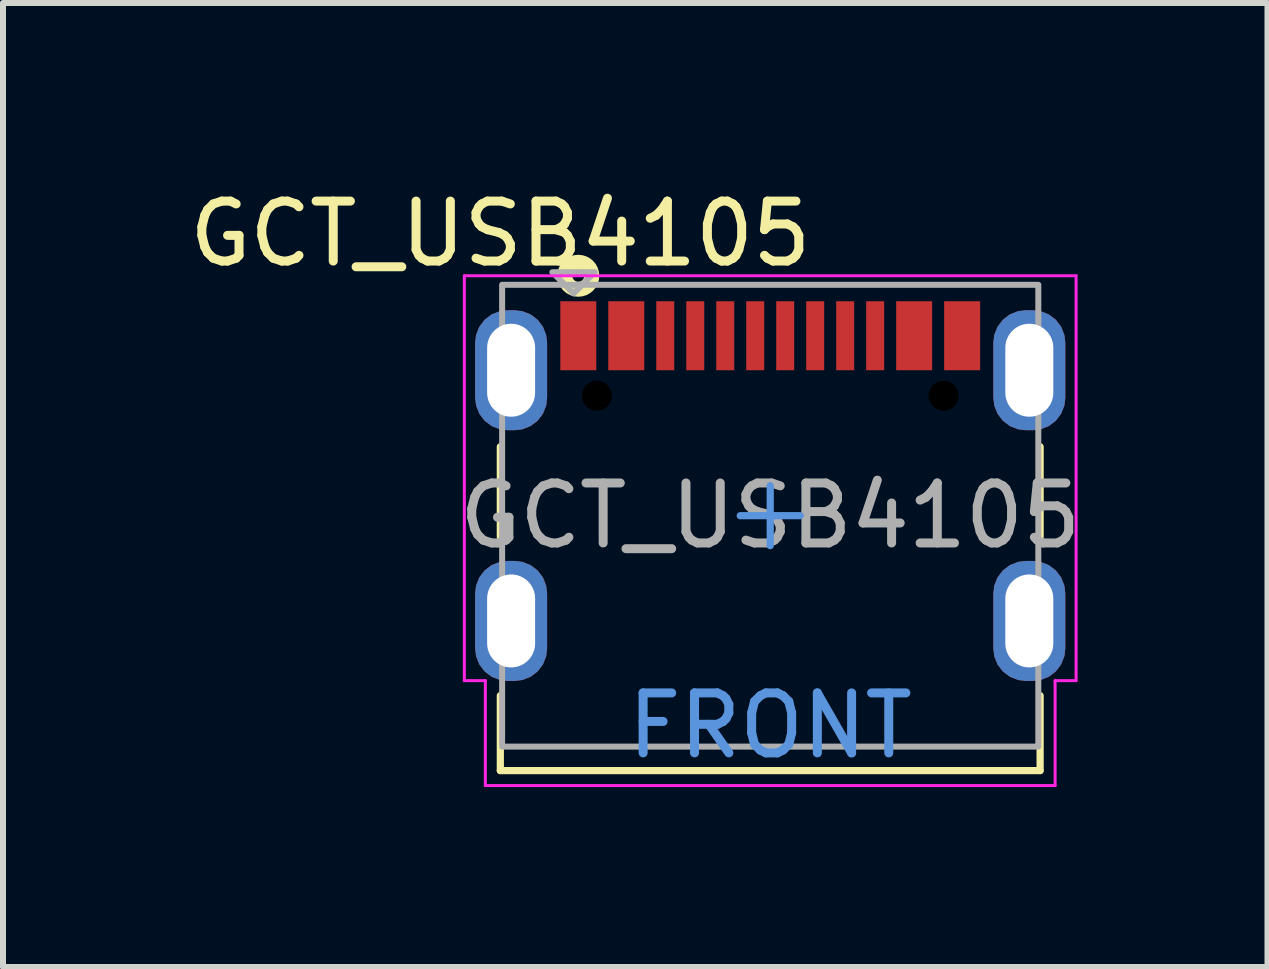
<source format=kicad_pcb>
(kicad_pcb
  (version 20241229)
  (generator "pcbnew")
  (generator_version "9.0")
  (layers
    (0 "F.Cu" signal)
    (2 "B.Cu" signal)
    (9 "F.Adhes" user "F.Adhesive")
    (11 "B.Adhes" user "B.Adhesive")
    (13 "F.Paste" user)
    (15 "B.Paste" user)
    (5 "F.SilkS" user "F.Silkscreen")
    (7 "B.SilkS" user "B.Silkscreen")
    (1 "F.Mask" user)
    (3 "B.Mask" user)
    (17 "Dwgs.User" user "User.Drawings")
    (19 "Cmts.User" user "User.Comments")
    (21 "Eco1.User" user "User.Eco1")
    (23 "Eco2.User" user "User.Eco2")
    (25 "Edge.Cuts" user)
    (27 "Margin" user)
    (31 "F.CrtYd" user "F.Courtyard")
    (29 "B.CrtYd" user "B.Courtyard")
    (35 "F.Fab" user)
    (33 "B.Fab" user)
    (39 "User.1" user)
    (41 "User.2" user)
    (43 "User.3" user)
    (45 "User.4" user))
  (footprint "GCT_USB4105"
    (layer "F.Cu")
    (at 9.792 5.548)
    (property "Reference" "GCT_USB4105" (at -4.5 -4.7 0) (unlocked yes) (layer "F.SilkS") (effects (font (size 1 1) (thickness 0.15))))
    (attr smd)
    (fp_line (start -4.5 -1.15) (end -4.5 0.35) (stroke (width 0.12) (type solid)) (layer "F.SilkS"))
    (fp_line (start -4.5 3) (end -4.5 4.25) (stroke (width 0.12) (type solid)) (layer "F.SilkS"))
    (fp_line (start -4.5 4.25) (end 4.5 4.25) (stroke (width 0.12) (type solid)) (layer "F.SilkS"))
    (fp_line (start 4.5 -1.15) (end 4.5 0.35) (stroke (width 0.12) (type solid)) (layer "F.SilkS"))
    (fp_line (start 4.5 3) (end 4.5 4.25) (stroke (width 0.12) (type solid)) (layer "F.SilkS"))
    (fp_circle (center -3.2 -4) (end -3.1 -4) (stroke (width 0.25) (type solid)) (fill no) (layer "F.SilkS"))
    (fp_line (start -0.5 0) (end 0.5 0) (stroke (width 0.12) (type solid)) (layer "Cmts.User"))
    (fp_line (start 0 -0.5) (end 0 0.5) (stroke (width 0.12) (type solid)) (layer "Cmts.User"))
    (fp_line (start -5.1 2.75) (end -5.1 -4) (stroke (width 0.05) (type solid)) (layer "F.CrtYd"))
    (fp_line (start -4.75 2.75) (end -5.1 2.75) (stroke (width 0.05) (type solid)) (layer "F.CrtYd"))
    (fp_line (start -4.75 4.5) (end -4.75 2.75) (stroke (width 0.05) (type solid)) (layer "F.CrtYd"))
    (fp_line (start 4.75 2.75) (end 5.1 2.75) (stroke (width 0.05) (type solid)) (layer "F.CrtYd"))
    (fp_line (start 4.75 4.5) (end -4.75 4.5) (stroke (width 0.05) (type solid)) (layer "F.CrtYd"))
    (fp_line (start 4.75 4.5) (end 4.75 2.75) (stroke (width 0.05) (type solid)) (layer "F.CrtYd"))
    (fp_line (start 5.1 -4) (end -5.1 -4) (stroke (width 0.05) (type solid)) (layer "F.CrtYd"))
    (fp_line (start 5.1 2.75) (end 5.1 -4) (stroke (width 0.05) (type solid)) (layer "F.CrtYd"))
    (fp_rect (start -4.47 -3.85) (end 4.47 3.85) (stroke (width 0.1) (type solid)) (fill no) (layer "F.Fab"))
    (fp_poly (pts (xy -2.925 -4.06) (xy -3.279 -3.706) (xy -3.632 -4.06)) (stroke (width 0.1) (type solid)) (fill no) (layer "F.Fab"))
    (fp_text user "FRONT" (at 0 3.5 0) (unlocked yes) (layer "Cmts.User") (effects (font (size 1 1) (thickness 0.15))))
    (fp_text user "${REFERENCE}" (at 0 0 0) (unlocked yes) (layer "F.Fab") (effects (font (size 1 1) (thickness 0.15))))
    (pad "" np_thru_hole circle (at -2.89 -2) (size 0.5 0.5) (drill 0.65) (layers "*.Mask"))
    (pad "" np_thru_hole circle (at 2.89 -2) (size 0.5 0.5) (drill 0.65) (layers "*.Mask"))
    (pad "A1/B12" smd rect (at -3.2 -3) (size 0.6 1.15) (layers "F.Cu" "F.Mask" "F.Paste"))
    (pad "A4/B9" smd rect (at -2.4 -3) (size 0.6 1.15) (layers "F.Cu" "F.Mask" "F.Paste"))
    (pad "A5" smd rect (at -1.25 -3) (size 0.3 1.15) (layers "F.Cu" "F.Mask" "F.Paste"))
    (pad "A6" smd rect (at -0.25 -3) (size 0.3 1.15) (layers "F.Cu" "F.Mask" "F.Paste"))
    (pad "A7" smd rect (at 0.25 -3) (size 0.3 1.15) (layers "F.Cu" "F.Mask" "F.Paste"))
    (pad "A8" smd rect (at 1.25 -3) (size 0.3 1.15) (layers "F.Cu" "F.Mask" "F.Paste"))
    (pad "A9/B4" smd rect (at 2.4 -3) (size 0.6 1.15) (layers "F.Cu" "F.Mask" "F.Paste"))
    (pad "A12/B1" smd rect (at 3.2 -3) (size 0.6 1.15) (layers "F.Cu" "F.Mask" "F.Paste"))
    (pad "B5" smd rect (at 1.75 -3) (size 0.3 1.15) (layers "F.Cu" "F.Mask" "F.Paste"))
    (pad "B6" smd rect (at 0.75 -3) (size 0.3 1.15) (layers "F.Cu" "F.Mask" "F.Paste"))
    (pad "B7" smd rect (at -0.75 -3) (size 0.3 1.15) (layers "F.Cu" "F.Mask" "F.Paste"))
    (pad "B8" smd rect (at -1.75 -3) (size 0.3 1.15) (layers "F.Cu" "F.Mask" "F.Paste"))
    (pad "MH1" thru_hole roundrect (at -4.32 -2.425) (size 1.2 2) (drill oval 0.8 1.55) (layers "*.Cu" "*.Mask") (roundrect_rratio 0.45))
    (pad "MH2" thru_hole roundrect (at -4.32 1.755) (size 1.2 2) (drill oval 0.8 1.55) (layers "*.Cu" "*.Mask") (roundrect_rratio 0.45))
    (pad "MH3" thru_hole roundrect (at 4.32 -2.425) (size 1.2 2) (drill oval 0.8 1.55) (layers "*.Cu" "*.Mask") (roundrect_rratio 0.45))
    (pad "MH4" thru_hole roundrect (at 4.32 1.755) (size 1.2 2) (drill oval 0.8 1.55) (layers "*.Cu" "*.Mask") (roundrect_rratio 0.45)))
  (gr_rect
    (start -3 -3)
    (end 18.083 13.073)
    (stroke (width 0.1) (type default))
    (fill no)
    (layer "Edge.Cuts")))
</source>
